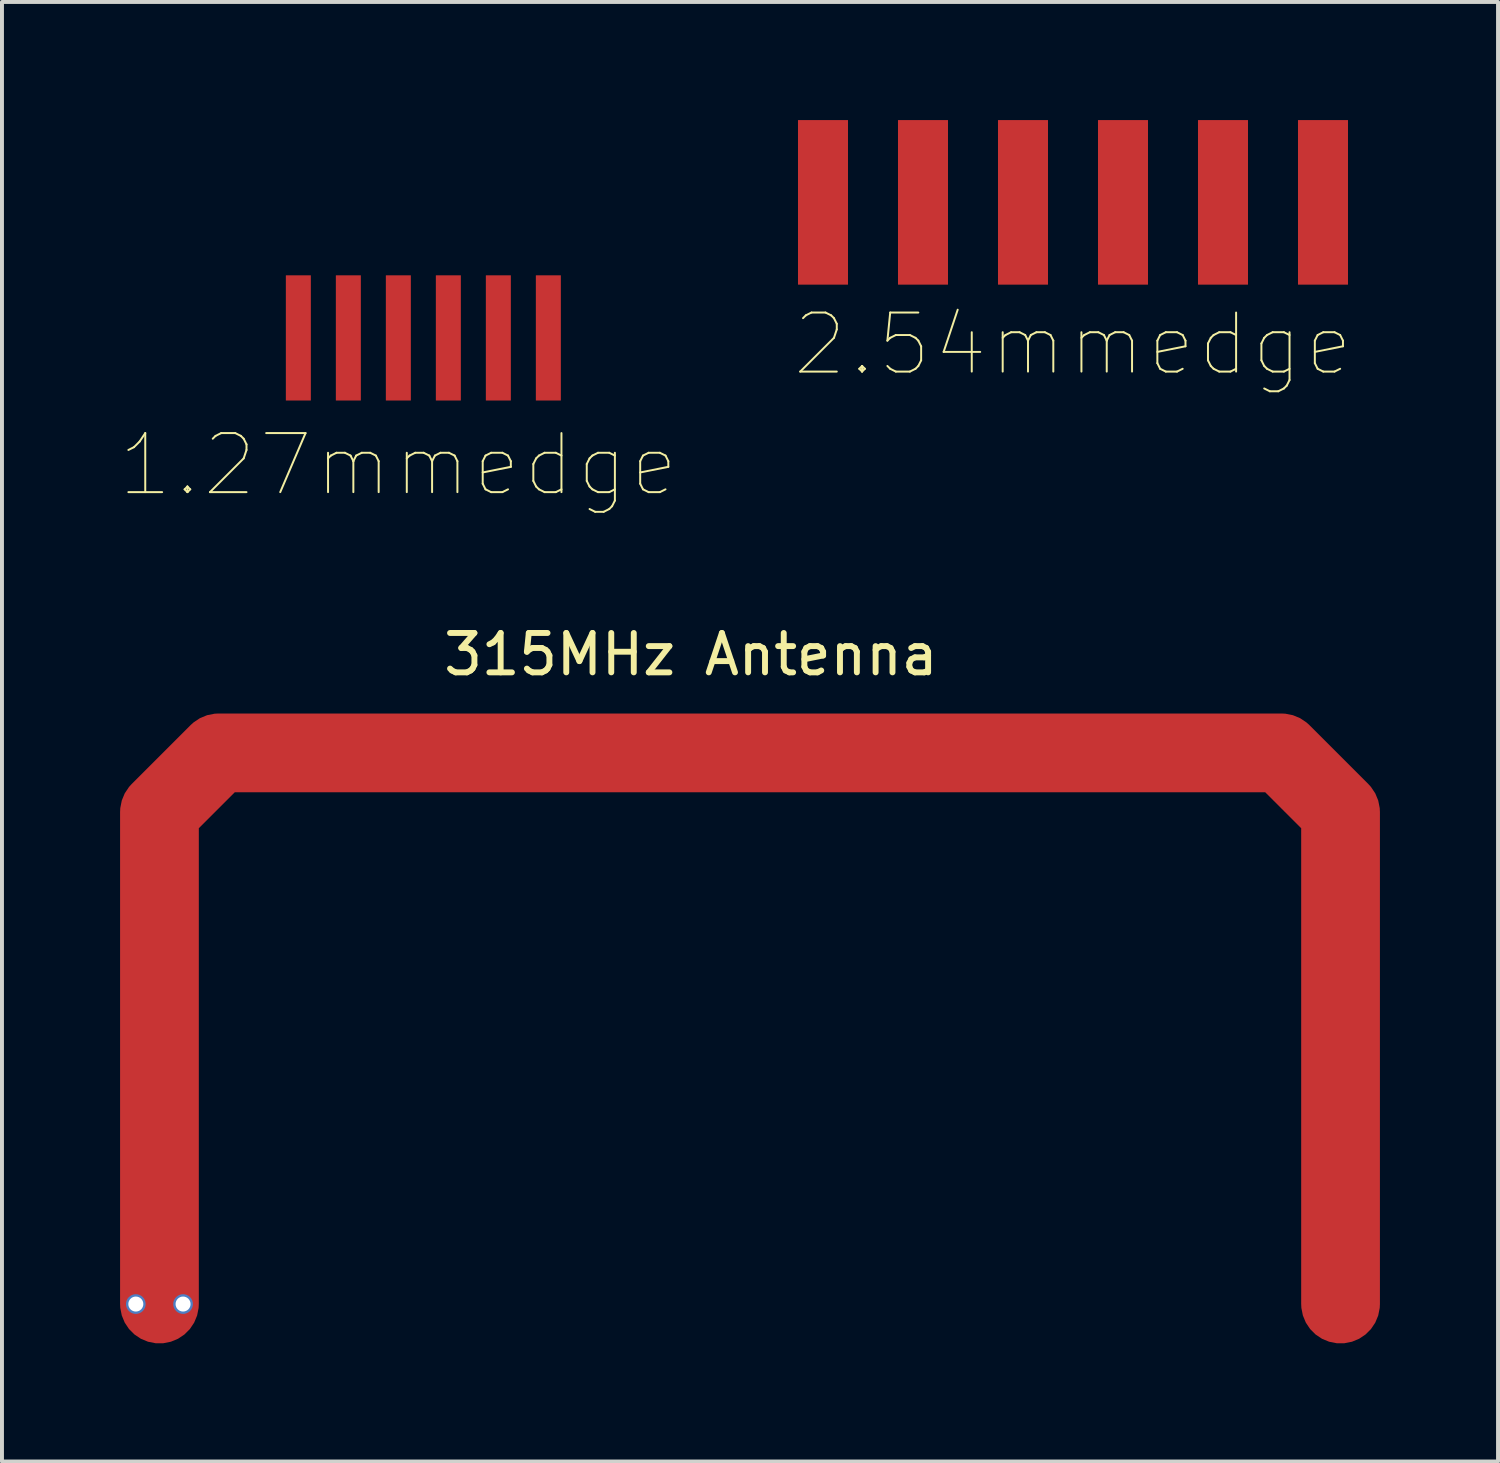
<source format=kicad_pcb>
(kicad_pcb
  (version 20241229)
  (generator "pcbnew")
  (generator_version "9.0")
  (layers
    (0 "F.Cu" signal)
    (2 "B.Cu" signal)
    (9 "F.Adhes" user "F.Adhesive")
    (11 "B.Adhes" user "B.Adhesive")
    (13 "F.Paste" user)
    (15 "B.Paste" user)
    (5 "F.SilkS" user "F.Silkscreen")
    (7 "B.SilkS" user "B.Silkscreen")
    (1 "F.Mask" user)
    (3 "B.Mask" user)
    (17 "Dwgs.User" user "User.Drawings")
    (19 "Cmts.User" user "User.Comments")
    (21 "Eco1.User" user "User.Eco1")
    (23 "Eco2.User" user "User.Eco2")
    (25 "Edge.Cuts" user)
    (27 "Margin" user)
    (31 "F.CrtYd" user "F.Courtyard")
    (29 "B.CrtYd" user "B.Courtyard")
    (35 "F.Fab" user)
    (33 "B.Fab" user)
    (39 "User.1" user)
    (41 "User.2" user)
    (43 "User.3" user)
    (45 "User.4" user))
  (footprint "315MHz Antenna"
    (layer "F.Cu")
    (at 14.5 25.073)
    (property "Reference" "315MHz Antenna" (at 0 -11.5 0) (layer "F.SilkS") (effects (font (size 1 1) (thickness 0.15))))
    (attr through_hole)
    (pad "1" smd custom (at 16.5 5) (size 1.524 1.524) (layers "F.Cu" "F.Mask") (options (anchor circle)) (primitives (gr_line (start 0 -12.5) (end 0 0) (width 2)) (gr_line (start -1.5 -14) (end -28.5 -14) (width 2)) (gr_line (start -30 -12.5) (end -30 0) (width 2)) (gr_line (start -28.5 -14) (end -30 -12.5) (width 2)) (gr_line (start 0 -12.5) (end -1.5 -14) (width 2))))
    (pad "2" thru_hole circle (at -14.1 5) (size 0.5 0.5) (drill 0.381) (layers "*.Cu"))
    (pad "2" thru_hole circle (at -12.9 5) (size 0.5 0.5) (drill 0.381) (layers "*.Cu")))
  (footprint "1.27mmedge"
    (layer "F.Cu")
    (at 7.068 0.25)
    (property "Reference" "1.27mmedge" (at 0 8.509 0) (layer "F.SilkS") (effects (font (size 1.5 1.5) (thickness 0.05))))
    (attr smd)
    (fp_poly (pts (xy -2.921 3.688) (xy -2.159 3.688) (xy -2.159 6.98) (xy -2.921 6.98)) (stroke (width 0) (type solid)) (fill yes) (layer "F.Mask"))
    (fp_poly (pts (xy -1.651 3.693) (xy -0.889 3.683) (xy -0.889 6.985) (xy -1.651 6.99)) (stroke (width 0) (type solid)) (fill yes) (layer "F.Mask"))
    (fp_poly (pts (xy -0.381 3.688) (xy 0.381 3.688) (xy 0.381 6.98) (xy -0.381 6.98)) (stroke (width 0) (type solid)) (fill yes) (layer "F.Mask"))
    (fp_poly (pts (xy 0.889 3.688) (xy 1.651 3.688) (xy 1.651 6.98) (xy 0.889 6.98)) (stroke (width 0) (type solid)) (fill yes) (layer "F.Mask"))
    (fp_poly (pts (xy 2.159 3.688) (xy 2.921 3.688) (xy 2.921 6.98) (xy 2.159 6.98)) (stroke (width 0) (type solid)) (fill yes) (layer "F.Mask"))
    (fp_poly (pts (xy 3.429 3.688) (xy 4.191 3.688) (xy 4.191 6.98) (xy 3.429 6.98)) (stroke (width 0) (type solid)) (fill yes) (layer "F.Mask"))
    (fp_line (start -2.858 3.81) (end -2.222 3.81) (stroke (width 0.1) (type solid)) (layer "Eco2.User"))
    (fp_line (start -2.673 5.842) (end -2.858 5.334) (stroke (width 0.1) (type solid)) (layer "Eco2.User"))
    (fp_line (start -2.673 5.842) (end -2.407 5.842) (stroke (width 0.1) (type solid)) (layer "Eco2.User"))
    (fp_line (start -2.407 5.842) (end -2.222 5.334) (stroke (width 0.1) (type solid)) (layer "Eco2.User"))
    (fp_line (start -0.318 3.81) (end 0.318 3.81) (stroke (width 0.1) (type solid)) (layer "Eco2.User"))
    (fp_line (start -0.133 5.842) (end -0.318 5.334) (stroke (width 0.1) (type solid)) (layer "Eco2.User"))
    (fp_line (start -0.133 5.842) (end 0.133 5.842) (stroke (width 0.1) (type solid)) (layer "Eco2.User"))
    (fp_line (start 0.133 5.842) (end 0.318 5.334) (stroke (width 0.1) (type solid)) (layer "Eco2.User"))
    (fp_line (start 2.222 3.807) (end 2.858 3.807) (stroke (width 0.1) (type solid)) (layer "Eco2.User"))
    (fp_line (start 2.407 5.839) (end 2.222 5.331) (stroke (width 0.1) (type solid)) (layer "Eco2.User"))
    (fp_line (start 2.407 5.839) (end 2.673 5.839) (stroke (width 0.1) (type solid)) (layer "Eco2.User"))
    (fp_line (start 2.673 5.839) (end 2.858 5.331) (stroke (width 0.1) (type solid)) (layer "Eco2.User"))
    (pad "1" smd rect (at -2.54 5.283) (size 0.635 3.18) (layers "F.Cu" "F.Mask" "F.Paste"))
    (pad "2" smd rect (at -1.27 5.283) (size 0.635 3.18) (layers "F.Cu" "F.Mask" "F.Paste"))
    (pad "3" smd rect (at 0 5.283) (size 0.635 3.18) (layers "F.Cu" "F.Mask" "F.Paste"))
    (pad "4" smd rect (at 1.27 5.283) (size 0.635 3.18) (layers "F.Cu" "F.Mask" "F.Paste"))
    (pad "5" smd rect (at 2.54 5.283) (size 0.635 3.18) (layers "F.Cu" "F.Mask" "F.Paste"))
    (pad "6" smd rect (at 3.81 5.283) (size 0.635 3.18) (layers "F.Cu" "F.Mask" "F.Paste")))
  (footprint "2.54mmedge"
    (layer "F.Cu")
    (at 24.204 1.887)
    (property "Reference" "2.54mmedge" (at 0 3.81 0) (layer "F.SilkS") (effects (font (size 1.5 1.5) (thickness 0.05))))
    (attr smd)
    (fp_poly (pts (xy -7.036 -1.438) (xy -5.664 -1.438) (xy -5.664 1.844) (xy -7.036 1.844)) (stroke (width 0) (type solid)) (fill yes) (layer "F.Mask"))
    (fp_poly (pts (xy -4.496 -1.438) (xy -3.124 -1.438) (xy -3.124 1.844) (xy -4.496 1.844)) (stroke (width 0) (type solid)) (fill yes) (layer "F.Mask"))
    (fp_poly (pts (xy -1.956 -1.438) (xy -0.584 -1.438) (xy -0.584 1.844) (xy -1.956 1.844)) (stroke (width 0) (type solid)) (fill yes) (layer "F.Mask"))
    (fp_poly (pts (xy 0.584 -1.438) (xy 1.956 -1.438) (xy 1.956 1.844) (xy 0.584 1.844)) (stroke (width 0) (type solid)) (fill yes) (layer "F.Mask"))
    (fp_poly (pts (xy 3.124 -1.438) (xy 4.496 -1.438) (xy 4.496 1.844) (xy 3.124 1.844)) (stroke (width 0) (type solid)) (fill yes) (layer "F.Mask"))
    (fp_poly (pts (xy 5.664 -1.438) (xy 7.036 -1.438) (xy 7.036 1.844) (xy 5.664 1.844)) (stroke (width 0) (type solid)) (fill yes) (layer "F.Mask"))
    (fp_poly (pts (xy -6.985 -1.387) (xy -5.715 -1.387) (xy -5.715 1.793) (xy -6.985 1.793)) (stroke (width 0) (type solid)) (fill yes) (layer "F.Paste"))
    (fp_poly (pts (xy -4.445 -1.387) (xy -3.175 -1.387) (xy -3.175 1.793) (xy -4.445 1.793)) (stroke (width 0) (type solid)) (fill yes) (layer "F.Paste"))
    (fp_poly (pts (xy -1.905 -1.387) (xy -0.635 -1.387) (xy -0.635 1.793) (xy -1.905 1.793)) (stroke (width 0) (type solid)) (fill yes) (layer "F.Paste"))
    (fp_poly (pts (xy 0.635 -1.387) (xy 1.905 -1.387) (xy 1.905 1.793) (xy 0.635 1.793)) (stroke (width 0) (type solid)) (fill yes) (layer "F.Paste"))
    (fp_poly (pts (xy 3.175 -1.387) (xy 4.445 -1.387) (xy 4.445 1.793) (xy 3.175 1.793)) (stroke (width 0) (type solid)) (fill yes) (layer "F.Paste"))
    (fp_poly (pts (xy 5.715 -1.387) (xy 6.985 -1.387) (xy 6.985 1.793) (xy 5.715 1.793)) (stroke (width 0) (type solid)) (fill yes) (layer "F.Paste"))
    (fp_line (start -6.668 -1.27) (end -6.032 -1.27) (stroke (width 0.1) (type solid)) (layer "Eco2.User"))
    (fp_line (start -6.483 0.762) (end -6.668 0.254) (stroke (width 0.1) (type solid)) (layer "Eco2.User"))
    (fp_line (start -6.483 0.762) (end -6.217 0.762) (stroke (width 0.1) (type solid)) (layer "Eco2.User"))
    (fp_line (start -6.217 0.762) (end -6.032 0.254) (stroke (width 0.1) (type solid)) (layer "Eco2.User"))
    (fp_line (start -4.128 -1.27) (end -3.492 -1.27) (stroke (width 0.1) (type solid)) (layer "Eco2.User"))
    (fp_line (start -3.943 0.762) (end -4.128 0.254) (stroke (width 0.1) (type solid)) (layer "Eco2.User"))
    (fp_line (start -3.943 0.762) (end -3.677 0.762) (stroke (width 0.1) (type solid)) (layer "Eco2.User"))
    (fp_line (start -3.677 0.762) (end -3.492 0.254) (stroke (width 0.1) (type solid)) (layer "Eco2.User"))
    (fp_line (start -1.588 -1.273) (end -0.952 -1.273) (stroke (width 0.1) (type solid)) (layer "Eco2.User"))
    (fp_line (start -1.403 0.759) (end -1.588 0.251) (stroke (width 0.1) (type solid)) (layer "Eco2.User"))
    (fp_line (start -1.403 0.759) (end -1.137 0.759) (stroke (width 0.1) (type solid)) (layer "Eco2.User"))
    (fp_line (start -1.137 0.759) (end -0.952 0.251) (stroke (width 0.1) (type solid)) (layer "Eco2.User"))
    (fp_line (start 0.952 -1.27) (end 1.588 -1.27) (stroke (width 0.1) (type solid)) (layer "Eco2.User"))
    (fp_line (start 1.137 0.762) (end 0.952 0.254) (stroke (width 0.1) (type solid)) (layer "Eco2.User"))
    (fp_line (start 1.137 0.762) (end 1.403 0.762) (stroke (width 0.1) (type solid)) (layer "Eco2.User"))
    (fp_line (start 1.403 0.762) (end 1.588 0.254) (stroke (width 0.1) (type solid)) (layer "Eco2.User"))
    (fp_line (start 3.492 -1.27) (end 4.128 -1.27) (stroke (width 0.1) (type solid)) (layer "Eco2.User"))
    (fp_line (start 3.677 0.762) (end 3.492 0.254) (stroke (width 0.1) (type solid)) (layer "Eco2.User"))
    (fp_line (start 3.677 0.762) (end 3.943 0.762) (stroke (width 0.1) (type solid)) (layer "Eco2.User"))
    (fp_line (start 3.943 0.762) (end 4.128 0.254) (stroke (width 0.1) (type solid)) (layer "Eco2.User"))
    (fp_line (start 6.032 -1.273) (end 6.668 -1.273) (stroke (width 0.1) (type solid)) (layer "Eco2.User"))
    (fp_line (start 6.217 0.759) (end 6.032 0.251) (stroke (width 0.1) (type solid)) (layer "Eco2.User"))
    (fp_line (start 6.217 0.759) (end 6.483 0.759) (stroke (width 0.1) (type solid)) (layer "Eco2.User"))
    (fp_line (start 6.483 0.759) (end 6.668 0.251) (stroke (width 0.1) (type solid)) (layer "Eco2.User"))
    (pad "1" smd rect (at -6.35 0.203) (size 1.27 4.18) (layers "F.Cu" "F.Mask" "F.Paste"))
    (pad "2" smd rect (at -3.81 0.203) (size 1.27 4.18) (layers "F.Cu" "F.Mask" "F.Paste"))
    (pad "3" smd rect (at -1.27 0.203) (size 1.27 4.18) (layers "F.Cu" "F.Mask" "F.Paste"))
    (pad "4" smd rect (at 1.27 0.203) (size 1.27 4.18) (layers "F.Cu" "F.Mask" "F.Paste"))
    (pad "5" smd rect (at 3.81 0.203) (size 1.27 4.18) (layers "F.Cu" "F.Mask" "F.Paste"))
    (pad "6" smd rect (at 6.35 0.203) (size 1.27 4.18) (layers "F.Cu" "F.Mask" "F.Paste")))
  (gr_rect
    (start -3 -3)
    (end 35 34.072)
    (stroke (width 0.1) (type default))
    (fill no)
    (layer "Edge.Cuts")))
</source>
